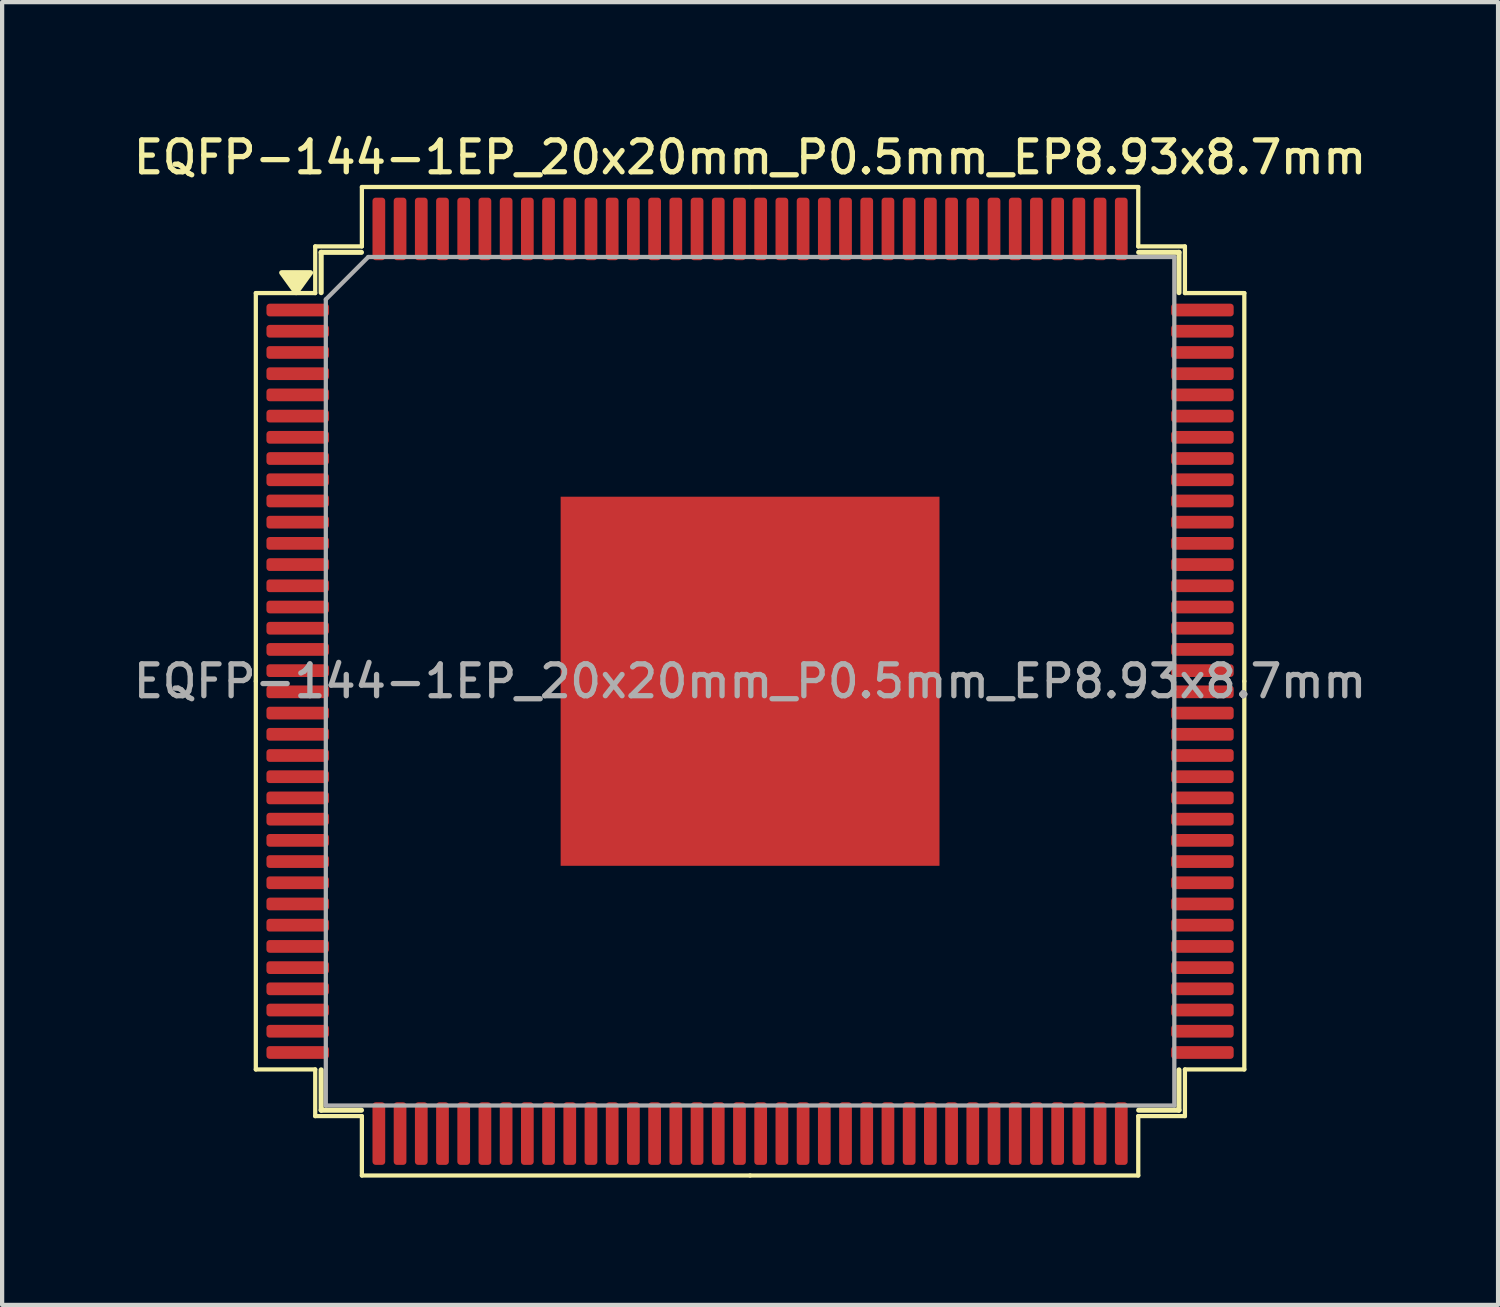
<source format=kicad_pcb>
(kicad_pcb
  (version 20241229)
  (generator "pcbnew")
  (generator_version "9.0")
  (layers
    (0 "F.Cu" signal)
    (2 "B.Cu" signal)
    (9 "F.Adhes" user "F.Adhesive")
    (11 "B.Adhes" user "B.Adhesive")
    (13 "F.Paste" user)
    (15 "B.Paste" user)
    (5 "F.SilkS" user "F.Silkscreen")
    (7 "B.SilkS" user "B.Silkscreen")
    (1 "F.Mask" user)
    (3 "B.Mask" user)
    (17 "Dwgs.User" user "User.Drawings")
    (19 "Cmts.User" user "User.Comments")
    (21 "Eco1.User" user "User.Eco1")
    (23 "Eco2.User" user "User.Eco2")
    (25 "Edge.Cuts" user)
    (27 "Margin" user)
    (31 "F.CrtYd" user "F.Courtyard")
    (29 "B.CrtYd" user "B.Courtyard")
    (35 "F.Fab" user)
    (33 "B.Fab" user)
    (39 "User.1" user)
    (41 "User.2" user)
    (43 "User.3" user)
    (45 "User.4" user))
  (footprint "EQFP-144-1EP_20x20mm_P0.5mm_EP8.93x8.7mm"
    (layer "F.Cu")
    (at 14.63 13.008)
    (property "Reference" "EQFP-144-1EP_20x20mm_P0.5mm_EP8.93x8.7mm" (at 0 -12.35 0) (layer "F.SilkS") (effects (font (size 0.75 0.75) (thickness 0.125))))
    (attr smd)
    (fp_line (start -11.65 -9.15) (end -11.65 0) (stroke (width 0.1) (type solid)) (layer "F.SilkS"))
    (fp_line (start -11.65 9.15) (end -11.65 0) (stroke (width 0.1) (type solid)) (layer "F.SilkS"))
    (fp_line (start -10.25 -10.25) (end -10.25 -9.15) (stroke (width 0.1) (type solid)) (layer "F.SilkS"))
    (fp_line (start -10.25 -9.15) (end -11.65 -9.15) (stroke (width 0.1) (type solid)) (layer "F.SilkS"))
    (fp_line (start -10.25 9.15) (end -11.65 9.15) (stroke (width 0.1) (type solid)) (layer "F.SilkS"))
    (fp_line (start -10.25 10.25) (end -10.25 9.15) (stroke (width 0.1) (type solid)) (layer "F.SilkS"))
    (fp_line (start -10.11 -10.11) (end -10.11 -9.16) (stroke (width 0.12) (type solid)) (layer "F.SilkS"))
    (fp_line (start -10.11 10.11) (end -10.11 9.16) (stroke (width 0.12) (type solid)) (layer "F.SilkS"))
    (fp_line (start -9.16 -10.11) (end -10.11 -10.11) (stroke (width 0.12) (type solid)) (layer "F.SilkS"))
    (fp_line (start -9.16 10.11) (end -10.11 10.11) (stroke (width 0.12) (type solid)) (layer "F.SilkS"))
    (fp_line (start -9.15 -11.65) (end -9.15 -10.25) (stroke (width 0.1) (type solid)) (layer "F.SilkS"))
    (fp_line (start -9.15 -10.25) (end -10.25 -10.25) (stroke (width 0.1) (type solid)) (layer "F.SilkS"))
    (fp_line (start -9.15 10.25) (end -10.25 10.25) (stroke (width 0.1) (type solid)) (layer "F.SilkS"))
    (fp_line (start -9.15 11.65) (end -9.15 10.25) (stroke (width 0.1) (type solid)) (layer "F.SilkS"))
    (fp_line (start 0 -11.65) (end -9.15 -11.65) (stroke (width 0.1) (type solid)) (layer "F.SilkS"))
    (fp_line (start 0 -11.65) (end 9.15 -11.65) (stroke (width 0.1) (type solid)) (layer "F.SilkS"))
    (fp_line (start 0 11.65) (end -9.15 11.65) (stroke (width 0.1) (type solid)) (layer "F.SilkS"))
    (fp_line (start 0 11.65) (end 9.15 11.65) (stroke (width 0.1) (type solid)) (layer "F.SilkS"))
    (fp_line (start 9.15 -11.65) (end 9.15 -10.25) (stroke (width 0.1) (type solid)) (layer "F.SilkS"))
    (fp_line (start 9.15 -10.25) (end 10.25 -10.25) (stroke (width 0.1) (type solid)) (layer "F.SilkS"))
    (fp_line (start 9.15 10.25) (end 10.25 10.25) (stroke (width 0.1) (type solid)) (layer "F.SilkS"))
    (fp_line (start 9.15 11.65) (end 9.15 10.25) (stroke (width 0.1) (type solid)) (layer "F.SilkS"))
    (fp_line (start 9.16 -10.11) (end 10.11 -10.11) (stroke (width 0.12) (type solid)) (layer "F.SilkS"))
    (fp_line (start 9.16 10.11) (end 10.11 10.11) (stroke (width 0.12) (type solid)) (layer "F.SilkS"))
    (fp_line (start 10.11 -10.11) (end 10.11 -9.16) (stroke (width 0.12) (type solid)) (layer "F.SilkS"))
    (fp_line (start 10.11 10.11) (end 10.11 9.16) (stroke (width 0.12) (type solid)) (layer "F.SilkS"))
    (fp_line (start 10.25 -10.25) (end 10.25 -9.15) (stroke (width 0.1) (type solid)) (layer "F.SilkS"))
    (fp_line (start 10.25 -9.15) (end 11.65 -9.15) (stroke (width 0.1) (type solid)) (layer "F.SilkS"))
    (fp_line (start 10.25 9.15) (end 11.65 9.15) (stroke (width 0.1) (type solid)) (layer "F.SilkS"))
    (fp_line (start 10.25 10.25) (end 10.25 9.15) (stroke (width 0.1) (type solid)) (layer "F.SilkS"))
    (fp_line (start 11.65 -9.15) (end 11.65 0) (stroke (width 0.1) (type solid)) (layer "F.SilkS"))
    (fp_line (start 11.65 9.15) (end 11.65 0) (stroke (width 0.1) (type solid)) (layer "F.SilkS"))
    (fp_poly (pts (xy -10.7 -9.16) (xy -11.04 -9.63) (xy -10.36 -9.63) (xy -10.7 -9.16)) (stroke (width 0.12) (type solid)) (fill yes) (layer "F.SilkS"))
    (fp_line (start -10 -9) (end -9 -10) (stroke (width 0.1) (type solid)) (layer "F.Fab"))
    (fp_line (start -10 10) (end -10 -9) (stroke (width 0.1) (type solid)) (layer "F.Fab"))
    (fp_line (start -9 -10) (end 10 -10) (stroke (width 0.1) (type solid)) (layer "F.Fab"))
    (fp_line (start 10 -10) (end 10 10) (stroke (width 0.1) (type solid)) (layer "F.Fab"))
    (fp_line (start 10 10) (end -10 10) (stroke (width 0.1) (type solid)) (layer "F.Fab"))
    (fp_text user "${REFERENCE}" (at 0 0 0) (layer "F.Fab") (effects (font (size 0.75 0.75) (thickness 0.125))))
    (pad "" smd roundrect (at -3.84 -3.72) (size 1.03 1) (layers "F.Paste") (roundrect_rratio 0.25))
    (pad "" smd roundrect (at -3.84 -2.48) (size 1.03 1) (layers "F.Paste") (roundrect_rratio 0.25))
    (pad "" smd roundrect (at -3.84 -1.24) (size 1.03 1) (layers "F.Paste") (roundrect_rratio 0.25))
    (pad "" smd roundrect (at -3.84 0) (size 1.03 1) (layers "F.Paste") (roundrect_rratio 0.25))
    (pad "" smd roundrect (at -3.84 1.24) (size 1.03 1) (layers "F.Paste") (roundrect_rratio 0.25))
    (pad "" smd roundrect (at -3.84 2.48) (size 1.03 1) (layers "F.Paste") (roundrect_rratio 0.25))
    (pad "" smd roundrect (at -3.84 3.72) (size 1.03 1) (layers "F.Paste") (roundrect_rratio 0.25))
    (pad "" smd roundrect (at -2.56 -3.72) (size 1.03 1) (layers "F.Paste") (roundrect_rratio 0.25))
    (pad "" smd roundrect (at -2.56 -2.48) (size 1.03 1) (layers "F.Paste") (roundrect_rratio 0.25))
    (pad "" smd roundrect (at -2.56 -1.24) (size 1.03 1) (layers "F.Paste") (roundrect_rratio 0.25))
    (pad "" smd roundrect (at -2.56 0) (size 1.03 1) (layers "F.Paste") (roundrect_rratio 0.25))
    (pad "" smd roundrect (at -2.56 1.24) (size 1.03 1) (layers "F.Paste") (roundrect_rratio 0.25))
    (pad "" smd roundrect (at -2.56 2.48) (size 1.03 1) (layers "F.Paste") (roundrect_rratio 0.25))
    (pad "" smd roundrect (at -2.56 3.72) (size 1.03 1) (layers "F.Paste") (roundrect_rratio 0.25))
    (pad "" smd roundrect (at -1.28 -3.72) (size 1.03 1) (layers "F.Paste") (roundrect_rratio 0.25))
    (pad "" smd roundrect (at -1.28 -2.48) (size 1.03 1) (layers "F.Paste") (roundrect_rratio 0.25))
    (pad "" smd roundrect (at -1.28 -1.24) (size 1.03 1) (layers "F.Paste") (roundrect_rratio 0.25))
    (pad "" smd roundrect (at -1.28 0) (size 1.03 1) (layers "F.Paste") (roundrect_rratio 0.25))
    (pad "" smd roundrect (at -1.28 1.24) (size 1.03 1) (layers "F.Paste") (roundrect_rratio 0.25))
    (pad "" smd roundrect (at -1.28 2.48) (size 1.03 1) (layers "F.Paste") (roundrect_rratio 0.25))
    (pad "" smd roundrect (at -1.28 3.72) (size 1.03 1) (layers "F.Paste") (roundrect_rratio 0.25))
    (pad "" smd roundrect (at 0 -3.72) (size 1.03 1) (layers "F.Paste") (roundrect_rratio 0.25))
    (pad "" smd roundrect (at 0 -2.48) (size 1.03 1) (layers "F.Paste") (roundrect_rratio 0.25))
    (pad "" smd roundrect (at 0 -1.24) (size 1.03 1) (layers "F.Paste") (roundrect_rratio 0.25))
    (pad "" smd roundrect (at 0 0) (size 1.03 1) (layers "F.Paste") (roundrect_rratio 0.25))
    (pad "" smd roundrect (at 0 1.24) (size 1.03 1) (layers "F.Paste") (roundrect_rratio 0.25))
    (pad "" smd roundrect (at 0 2.48) (size 1.03 1) (layers "F.Paste") (roundrect_rratio 0.25))
    (pad "" smd roundrect (at 0 3.72) (size 1.03 1) (layers "F.Paste") (roundrect_rratio 0.25))
    (pad "" smd roundrect (at 1.28 -3.72) (size 1.03 1) (layers "F.Paste") (roundrect_rratio 0.25))
    (pad "" smd roundrect (at 1.28 -2.48) (size 1.03 1) (layers "F.Paste") (roundrect_rratio 0.25))
    (pad "" smd roundrect (at 1.28 -1.24) (size 1.03 1) (layers "F.Paste") (roundrect_rratio 0.25))
    (pad "" smd roundrect (at 1.28 0) (size 1.03 1) (layers "F.Paste") (roundrect_rratio 0.25))
    (pad "" smd roundrect (at 1.28 1.24) (size 1.03 1) (layers "F.Paste") (roundrect_rratio 0.25))
    (pad "" smd roundrect (at 1.28 2.48) (size 1.03 1) (layers "F.Paste") (roundrect_rratio 0.25))
    (pad "" smd roundrect (at 1.28 3.72) (size 1.03 1) (layers "F.Paste") (roundrect_rratio 0.25))
    (pad "" smd roundrect (at 2.56 -3.72) (size 1.03 1) (layers "F.Paste") (roundrect_rratio 0.25))
    (pad "" smd roundrect (at 2.56 -2.48) (size 1.03 1) (layers "F.Paste") (roundrect_rratio 0.25))
    (pad "" smd roundrect (at 2.56 -1.24) (size 1.03 1) (layers "F.Paste") (roundrect_rratio 0.25))
    (pad "" smd roundrect (at 2.56 0) (size 1.03 1) (layers "F.Paste") (roundrect_rratio 0.25))
    (pad "" smd roundrect (at 2.56 1.24) (size 1.03 1) (layers "F.Paste") (roundrect_rratio 0.25))
    (pad "" smd roundrect (at 2.56 2.48) (size 1.03 1) (layers "F.Paste") (roundrect_rratio 0.25))
    (pad "" smd roundrect (at 2.56 3.72) (size 1.03 1) (layers "F.Paste") (roundrect_rratio 0.25))
    (pad "" smd roundrect (at 3.84 -3.72) (size 1.03 1) (layers "F.Paste") (roundrect_rratio 0.25))
    (pad "" smd roundrect (at 3.84 -2.48) (size 1.03 1) (layers "F.Paste") (roundrect_rratio 0.25))
    (pad "" smd roundrect (at 3.84 -1.24) (size 1.03 1) (layers "F.Paste") (roundrect_rratio 0.25))
    (pad "" smd roundrect (at 3.84 0) (size 1.03 1) (layers "F.Paste") (roundrect_rratio 0.25))
    (pad "" smd roundrect (at 3.84 1.24) (size 1.03 1) (layers "F.Paste") (roundrect_rratio 0.25))
    (pad "" smd roundrect (at 3.84 2.48) (size 1.03 1) (layers "F.Paste") (roundrect_rratio 0.25))
    (pad "" smd roundrect (at 3.84 3.72) (size 1.03 1) (layers "F.Paste") (roundrect_rratio 0.25))
    (pad "1" smd roundrect (at -10.662 -8.75) (size 1.475 0.3) (layers "F.Cu" "F.Mask" "F.Paste") (roundrect_rratio 0.25))
    (pad "2" smd roundrect (at -10.662 -8.25) (size 1.475 0.3) (layers "F.Cu" "F.Mask" "F.Paste") (roundrect_rratio 0.25))
    (pad "3" smd roundrect (at -10.662 -7.75) (size 1.475 0.3) (layers "F.Cu" "F.Mask" "F.Paste") (roundrect_rratio 0.25))
    (pad "4" smd roundrect (at -10.662 -7.25) (size 1.475 0.3) (layers "F.Cu" "F.Mask" "F.Paste") (roundrect_rratio 0.25))
    (pad "5" smd roundrect (at -10.662 -6.75) (size 1.475 0.3) (layers "F.Cu" "F.Mask" "F.Paste") (roundrect_rratio 0.25))
    (pad "6" smd roundrect (at -10.662 -6.25) (size 1.475 0.3) (layers "F.Cu" "F.Mask" "F.Paste") (roundrect_rratio 0.25))
    (pad "7" smd roundrect (at -10.662 -5.75) (size 1.475 0.3) (layers "F.Cu" "F.Mask" "F.Paste") (roundrect_rratio 0.25))
    (pad "8" smd roundrect (at -10.662 -5.25) (size 1.475 0.3) (layers "F.Cu" "F.Mask" "F.Paste") (roundrect_rratio 0.25))
    (pad "9" smd roundrect (at -10.662 -4.75) (size 1.475 0.3) (layers "F.Cu" "F.Mask" "F.Paste") (roundrect_rratio 0.25))
    (pad "10" smd roundrect (at -10.662 -4.25) (size 1.475 0.3) (layers "F.Cu" "F.Mask" "F.Paste") (roundrect_rratio 0.25))
    (pad "11" smd roundrect (at -10.662 -3.75) (size 1.475 0.3) (layers "F.Cu" "F.Mask" "F.Paste") (roundrect_rratio 0.25))
    (pad "12" smd roundrect (at -10.662 -3.25) (size 1.475 0.3) (layers "F.Cu" "F.Mask" "F.Paste") (roundrect_rratio 0.25))
    (pad "13" smd roundrect (at -10.662 -2.75) (size 1.475 0.3) (layers "F.Cu" "F.Mask" "F.Paste") (roundrect_rratio 0.25))
    (pad "14" smd roundrect (at -10.662 -2.25) (size 1.475 0.3) (layers "F.Cu" "F.Mask" "F.Paste") (roundrect_rratio 0.25))
    (pad "15" smd roundrect (at -10.662 -1.75) (size 1.475 0.3) (layers "F.Cu" "F.Mask" "F.Paste") (roundrect_rratio 0.25))
    (pad "16" smd roundrect (at -10.662 -1.25) (size 1.475 0.3) (layers "F.Cu" "F.Mask" "F.Paste") (roundrect_rratio 0.25))
    (pad "17" smd roundrect (at -10.662 -0.75) (size 1.475 0.3) (layers "F.Cu" "F.Mask" "F.Paste") (roundrect_rratio 0.25))
    (pad "18" smd roundrect (at -10.662 -0.25) (size 1.475 0.3) (layers "F.Cu" "F.Mask" "F.Paste") (roundrect_rratio 0.25))
    (pad "19" smd roundrect (at -10.662 0.25) (size 1.475 0.3) (layers "F.Cu" "F.Mask" "F.Paste") (roundrect_rratio 0.25))
    (pad "20" smd roundrect (at -10.662 0.75) (size 1.475 0.3) (layers "F.Cu" "F.Mask" "F.Paste") (roundrect_rratio 0.25))
    (pad "21" smd roundrect (at -10.662 1.25) (size 1.475 0.3) (layers "F.Cu" "F.Mask" "F.Paste") (roundrect_rratio 0.25))
    (pad "22" smd roundrect (at -10.662 1.75) (size 1.475 0.3) (layers "F.Cu" "F.Mask" "F.Paste") (roundrect_rratio 0.25))
    (pad "23" smd roundrect (at -10.662 2.25) (size 1.475 0.3) (layers "F.Cu" "F.Mask" "F.Paste") (roundrect_rratio 0.25))
    (pad "24" smd roundrect (at -10.662 2.75) (size 1.475 0.3) (layers "F.Cu" "F.Mask" "F.Paste") (roundrect_rratio 0.25))
    (pad "25" smd roundrect (at -10.662 3.25) (size 1.475 0.3) (layers "F.Cu" "F.Mask" "F.Paste") (roundrect_rratio 0.25))
    (pad "26" smd roundrect (at -10.662 3.75) (size 1.475 0.3) (layers "F.Cu" "F.Mask" "F.Paste") (roundrect_rratio 0.25))
    (pad "27" smd roundrect (at -10.662 4.25) (size 1.475 0.3) (layers "F.Cu" "F.Mask" "F.Paste") (roundrect_rratio 0.25))
    (pad "28" smd roundrect (at -10.662 4.75) (size 1.475 0.3) (layers "F.Cu" "F.Mask" "F.Paste") (roundrect_rratio 0.25))
    (pad "29" smd roundrect (at -10.662 5.25) (size 1.475 0.3) (layers "F.Cu" "F.Mask" "F.Paste") (roundrect_rratio 0.25))
    (pad "30" smd roundrect (at -10.662 5.75) (size 1.475 0.3) (layers "F.Cu" "F.Mask" "F.Paste") (roundrect_rratio 0.25))
    (pad "31" smd roundrect (at -10.662 6.25) (size 1.475 0.3) (layers "F.Cu" "F.Mask" "F.Paste") (roundrect_rratio 0.25))
    (pad "32" smd roundrect (at -10.662 6.75) (size 1.475 0.3) (layers "F.Cu" "F.Mask" "F.Paste") (roundrect_rratio 0.25))
    (pad "33" smd roundrect (at -10.662 7.25) (size 1.475 0.3) (layers "F.Cu" "F.Mask" "F.Paste") (roundrect_rratio 0.25))
    (pad "34" smd roundrect (at -10.662 7.75) (size 1.475 0.3) (layers "F.Cu" "F.Mask" "F.Paste") (roundrect_rratio 0.25))
    (pad "35" smd roundrect (at -10.662 8.25) (size 1.475 0.3) (layers "F.Cu" "F.Mask" "F.Paste") (roundrect_rratio 0.25))
    (pad "36" smd roundrect (at -10.662 8.75) (size 1.475 0.3) (layers "F.Cu" "F.Mask" "F.Paste") (roundrect_rratio 0.25))
    (pad "37" smd roundrect (at -8.75 10.662) (size 0.3 1.475) (layers "F.Cu" "F.Mask" "F.Paste") (roundrect_rratio 0.25))
    (pad "38" smd roundrect (at -8.25 10.662) (size 0.3 1.475) (layers "F.Cu" "F.Mask" "F.Paste") (roundrect_rratio 0.25))
    (pad "39" smd roundrect (at -7.75 10.662) (size 0.3 1.475) (layers "F.Cu" "F.Mask" "F.Paste") (roundrect_rratio 0.25))
    (pad "40" smd roundrect (at -7.25 10.662) (size 0.3 1.475) (layers "F.Cu" "F.Mask" "F.Paste") (roundrect_rratio 0.25))
    (pad "41" smd roundrect (at -6.75 10.662) (size 0.3 1.475) (layers "F.Cu" "F.Mask" "F.Paste") (roundrect_rratio 0.25))
    (pad "42" smd roundrect (at -6.25 10.662) (size 0.3 1.475) (layers "F.Cu" "F.Mask" "F.Paste") (roundrect_rratio 0.25))
    (pad "43" smd roundrect (at -5.75 10.662) (size 0.3 1.475) (layers "F.Cu" "F.Mask" "F.Paste") (roundrect_rratio 0.25))
    (pad "44" smd roundrect (at -5.25 10.662) (size 0.3 1.475) (layers "F.Cu" "F.Mask" "F.Paste") (roundrect_rratio 0.25))
    (pad "45" smd roundrect (at -4.75 10.662) (size 0.3 1.475) (layers "F.Cu" "F.Mask" "F.Paste") (roundrect_rratio 0.25))
    (pad "46" smd roundrect (at -4.25 10.662) (size 0.3 1.475) (layers "F.Cu" "F.Mask" "F.Paste") (roundrect_rratio 0.25))
    (pad "47" smd roundrect (at -3.75 10.662) (size 0.3 1.475) (layers "F.Cu" "F.Mask" "F.Paste") (roundrect_rratio 0.25))
    (pad "48" smd roundrect (at -3.25 10.662) (size 0.3 1.475) (layers "F.Cu" "F.Mask" "F.Paste") (roundrect_rratio 0.25))
    (pad "49" smd roundrect (at -2.75 10.662) (size 0.3 1.475) (layers "F.Cu" "F.Mask" "F.Paste") (roundrect_rratio 0.25))
    (pad "50" smd roundrect (at -2.25 10.662) (size 0.3 1.475) (layers "F.Cu" "F.Mask" "F.Paste") (roundrect_rratio 0.25))
    (pad "51" smd roundrect (at -1.75 10.662) (size 0.3 1.475) (layers "F.Cu" "F.Mask" "F.Paste") (roundrect_rratio 0.25))
    (pad "52" smd roundrect (at -1.25 10.662) (size 0.3 1.475) (layers "F.Cu" "F.Mask" "F.Paste") (roundrect_rratio 0.25))
    (pad "53" smd roundrect (at -0.75 10.662) (size 0.3 1.475) (layers "F.Cu" "F.Mask" "F.Paste") (roundrect_rratio 0.25))
    (pad "54" smd roundrect (at -0.25 10.662) (size 0.3 1.475) (layers "F.Cu" "F.Mask" "F.Paste") (roundrect_rratio 0.25))
    (pad "55" smd roundrect (at 0.25 10.662) (size 0.3 1.475) (layers "F.Cu" "F.Mask" "F.Paste") (roundrect_rratio 0.25))
    (pad "56" smd roundrect (at 0.75 10.662) (size 0.3 1.475) (layers "F.Cu" "F.Mask" "F.Paste") (roundrect_rratio 0.25))
    (pad "57" smd roundrect (at 1.25 10.662) (size 0.3 1.475) (layers "F.Cu" "F.Mask" "F.Paste") (roundrect_rratio 0.25))
    (pad "58" smd roundrect (at 1.75 10.662) (size 0.3 1.475) (layers "F.Cu" "F.Mask" "F.Paste") (roundrect_rratio 0.25))
    (pad "59" smd roundrect (at 2.25 10.662) (size 0.3 1.475) (layers "F.Cu" "F.Mask" "F.Paste") (roundrect_rratio 0.25))
    (pad "60" smd roundrect (at 2.75 10.662) (size 0.3 1.475) (layers "F.Cu" "F.Mask" "F.Paste") (roundrect_rratio 0.25))
    (pad "61" smd roundrect (at 3.25 10.662) (size 0.3 1.475) (layers "F.Cu" "F.Mask" "F.Paste") (roundrect_rratio 0.25))
    (pad "62" smd roundrect (at 3.75 10.662) (size 0.3 1.475) (layers "F.Cu" "F.Mask" "F.Paste") (roundrect_rratio 0.25))
    (pad "63" smd roundrect (at 4.25 10.662) (size 0.3 1.475) (layers "F.Cu" "F.Mask" "F.Paste") (roundrect_rratio 0.25))
    (pad "64" smd roundrect (at 4.75 10.662) (size 0.3 1.475) (layers "F.Cu" "F.Mask" "F.Paste") (roundrect_rratio 0.25))
    (pad "65" smd roundrect (at 5.25 10.662) (size 0.3 1.475) (layers "F.Cu" "F.Mask" "F.Paste") (roundrect_rratio 0.25))
    (pad "66" smd roundrect (at 5.75 10.662) (size 0.3 1.475) (layers "F.Cu" "F.Mask" "F.Paste") (roundrect_rratio 0.25))
    (pad "67" smd roundrect (at 6.25 10.662) (size 0.3 1.475) (layers "F.Cu" "F.Mask" "F.Paste") (roundrect_rratio 0.25))
    (pad "68" smd roundrect (at 6.75 10.662) (size 0.3 1.475) (layers "F.Cu" "F.Mask" "F.Paste") (roundrect_rratio 0.25))
    (pad "69" smd roundrect (at 7.25 10.662) (size 0.3 1.475) (layers "F.Cu" "F.Mask" "F.Paste") (roundrect_rratio 0.25))
    (pad "70" smd roundrect (at 7.75 10.662) (size 0.3 1.475) (layers "F.Cu" "F.Mask" "F.Paste") (roundrect_rratio 0.25))
    (pad "71" smd roundrect (at 8.25 10.662) (size 0.3 1.475) (layers "F.Cu" "F.Mask" "F.Paste") (roundrect_rratio 0.25))
    (pad "72" smd roundrect (at 8.75 10.662) (size 0.3 1.475) (layers "F.Cu" "F.Mask" "F.Paste") (roundrect_rratio 0.25))
    (pad "73" smd roundrect (at 10.662 8.75) (size 1.475 0.3) (layers "F.Cu" "F.Mask" "F.Paste") (roundrect_rratio 0.25))
    (pad "74" smd roundrect (at 10.662 8.25) (size 1.475 0.3) (layers "F.Cu" "F.Mask" "F.Paste") (roundrect_rratio 0.25))
    (pad "75" smd roundrect (at 10.662 7.75) (size 1.475 0.3) (layers "F.Cu" "F.Mask" "F.Paste") (roundrect_rratio 0.25))
    (pad "76" smd roundrect (at 10.662 7.25) (size 1.475 0.3) (layers "F.Cu" "F.Mask" "F.Paste") (roundrect_rratio 0.25))
    (pad "77" smd roundrect (at 10.662 6.75) (size 1.475 0.3) (layers "F.Cu" "F.Mask" "F.Paste") (roundrect_rratio 0.25))
    (pad "78" smd roundrect (at 10.662 6.25) (size 1.475 0.3) (layers "F.Cu" "F.Mask" "F.Paste") (roundrect_rratio 0.25))
    (pad "79" smd roundrect (at 10.662 5.75) (size 1.475 0.3) (layers "F.Cu" "F.Mask" "F.Paste") (roundrect_rratio 0.25))
    (pad "80" smd roundrect (at 10.662 5.25) (size 1.475 0.3) (layers "F.Cu" "F.Mask" "F.Paste") (roundrect_rratio 0.25))
    (pad "81" smd roundrect (at 10.662 4.75) (size 1.475 0.3) (layers "F.Cu" "F.Mask" "F.Paste") (roundrect_rratio 0.25))
    (pad "82" smd roundrect (at 10.662 4.25) (size 1.475 0.3) (layers "F.Cu" "F.Mask" "F.Paste") (roundrect_rratio 0.25))
    (pad "83" smd roundrect (at 10.662 3.75) (size 1.475 0.3) (layers "F.Cu" "F.Mask" "F.Paste") (roundrect_rratio 0.25))
    (pad "84" smd roundrect (at 10.662 3.25) (size 1.475 0.3) (layers "F.Cu" "F.Mask" "F.Paste") (roundrect_rratio 0.25))
    (pad "85" smd roundrect (at 10.662 2.75) (size 1.475 0.3) (layers "F.Cu" "F.Mask" "F.Paste") (roundrect_rratio 0.25))
    (pad "86" smd roundrect (at 10.662 2.25) (size 1.475 0.3) (layers "F.Cu" "F.Mask" "F.Paste") (roundrect_rratio 0.25))
    (pad "87" smd roundrect (at 10.662 1.75) (size 1.475 0.3) (layers "F.Cu" "F.Mask" "F.Paste") (roundrect_rratio 0.25))
    (pad "88" smd roundrect (at 10.662 1.25) (size 1.475 0.3) (layers "F.Cu" "F.Mask" "F.Paste") (roundrect_rratio 0.25))
    (pad "89" smd roundrect (at 10.662 0.75) (size 1.475 0.3) (layers "F.Cu" "F.Mask" "F.Paste") (roundrect_rratio 0.25))
    (pad "90" smd roundrect (at 10.662 0.25) (size 1.475 0.3) (layers "F.Cu" "F.Mask" "F.Paste") (roundrect_rratio 0.25))
    (pad "91" smd roundrect (at 10.662 -0.25) (size 1.475 0.3) (layers "F.Cu" "F.Mask" "F.Paste") (roundrect_rratio 0.25))
    (pad "92" smd roundrect (at 10.662 -0.75) (size 1.475 0.3) (layers "F.Cu" "F.Mask" "F.Paste") (roundrect_rratio 0.25))
    (pad "93" smd roundrect (at 10.662 -1.25) (size 1.475 0.3) (layers "F.Cu" "F.Mask" "F.Paste") (roundrect_rratio 0.25))
    (pad "94" smd roundrect (at 10.662 -1.75) (size 1.475 0.3) (layers "F.Cu" "F.Mask" "F.Paste") (roundrect_rratio 0.25))
    (pad "95" smd roundrect (at 10.662 -2.25) (size 1.475 0.3) (layers "F.Cu" "F.Mask" "F.Paste") (roundrect_rratio 0.25))
    (pad "96" smd roundrect (at 10.662 -2.75) (size 1.475 0.3) (layers "F.Cu" "F.Mask" "F.Paste") (roundrect_rratio 0.25))
    (pad "97" smd roundrect (at 10.662 -3.25) (size 1.475 0.3) (layers "F.Cu" "F.Mask" "F.Paste") (roundrect_rratio 0.25))
    (pad "98" smd roundrect (at 10.662 -3.75) (size 1.475 0.3) (layers "F.Cu" "F.Mask" "F.Paste") (roundrect_rratio 0.25))
    (pad "99" smd roundrect (at 10.662 -4.25) (size 1.475 0.3) (layers "F.Cu" "F.Mask" "F.Paste") (roundrect_rratio 0.25))
    (pad "100" smd roundrect (at 10.662 -4.75) (size 1.475 0.3) (layers "F.Cu" "F.Mask" "F.Paste") (roundrect_rratio 0.25))
    (pad "101" smd roundrect (at 10.662 -5.25) (size 1.475 0.3) (layers "F.Cu" "F.Mask" "F.Paste") (roundrect_rratio 0.25))
    (pad "102" smd roundrect (at 10.662 -5.75) (size 1.475 0.3) (layers "F.Cu" "F.Mask" "F.Paste") (roundrect_rratio 0.25))
    (pad "103" smd roundrect (at 10.662 -6.25) (size 1.475 0.3) (layers "F.Cu" "F.Mask" "F.Paste") (roundrect_rratio 0.25))
    (pad "104" smd roundrect (at 10.662 -6.75) (size 1.475 0.3) (layers "F.Cu" "F.Mask" "F.Paste") (roundrect_rratio 0.25))
    (pad "105" smd roundrect (at 10.662 -7.25) (size 1.475 0.3) (layers "F.Cu" "F.Mask" "F.Paste") (roundrect_rratio 0.25))
    (pad "106" smd roundrect (at 10.662 -7.75) (size 1.475 0.3) (layers "F.Cu" "F.Mask" "F.Paste") (roundrect_rratio 0.25))
    (pad "107" smd roundrect (at 10.662 -8.25) (size 1.475 0.3) (layers "F.Cu" "F.Mask" "F.Paste") (roundrect_rratio 0.25))
    (pad "108" smd roundrect (at 10.662 -8.75) (size 1.475 0.3) (layers "F.Cu" "F.Mask" "F.Paste") (roundrect_rratio 0.25))
    (pad "109" smd roundrect (at 8.75 -10.662) (size 0.3 1.475) (layers "F.Cu" "F.Mask" "F.Paste") (roundrect_rratio 0.25))
    (pad "110" smd roundrect (at 8.25 -10.662) (size 0.3 1.475) (layers "F.Cu" "F.Mask" "F.Paste") (roundrect_rratio 0.25))
    (pad "111" smd roundrect (at 7.75 -10.662) (size 0.3 1.475) (layers "F.Cu" "F.Mask" "F.Paste") (roundrect_rratio 0.25))
    (pad "112" smd roundrect (at 7.25 -10.662) (size 0.3 1.475) (layers "F.Cu" "F.Mask" "F.Paste") (roundrect_rratio 0.25))
    (pad "113" smd roundrect (at 6.75 -10.662) (size 0.3 1.475) (layers "F.Cu" "F.Mask" "F.Paste") (roundrect_rratio 0.25))
    (pad "114" smd roundrect (at 6.25 -10.662) (size 0.3 1.475) (layers "F.Cu" "F.Mask" "F.Paste") (roundrect_rratio 0.25))
    (pad "115" smd roundrect (at 5.75 -10.662) (size 0.3 1.475) (layers "F.Cu" "F.Mask" "F.Paste") (roundrect_rratio 0.25))
    (pad "116" smd roundrect (at 5.25 -10.662) (size 0.3 1.475) (layers "F.Cu" "F.Mask" "F.Paste") (roundrect_rratio 0.25))
    (pad "117" smd roundrect (at 4.75 -10.662) (size 0.3 1.475) (layers "F.Cu" "F.Mask" "F.Paste") (roundrect_rratio 0.25))
    (pad "118" smd roundrect (at 4.25 -10.662) (size 0.3 1.475) (layers "F.Cu" "F.Mask" "F.Paste") (roundrect_rratio 0.25))
    (pad "119" smd roundrect (at 3.75 -10.662) (size 0.3 1.475) (layers "F.Cu" "F.Mask" "F.Paste") (roundrect_rratio 0.25))
    (pad "120" smd roundrect (at 3.25 -10.662) (size 0.3 1.475) (layers "F.Cu" "F.Mask" "F.Paste") (roundrect_rratio 0.25))
    (pad "121" smd roundrect (at 2.75 -10.662) (size 0.3 1.475) (layers "F.Cu" "F.Mask" "F.Paste") (roundrect_rratio 0.25))
    (pad "122" smd roundrect (at 2.25 -10.662) (size 0.3 1.475) (layers "F.Cu" "F.Mask" "F.Paste") (roundrect_rratio 0.25))
    (pad "123" smd roundrect (at 1.75 -10.662) (size 0.3 1.475) (layers "F.Cu" "F.Mask" "F.Paste") (roundrect_rratio 0.25))
    (pad "124" smd roundrect (at 1.25 -10.662) (size 0.3 1.475) (layers "F.Cu" "F.Mask" "F.Paste") (roundrect_rratio 0.25))
    (pad "125" smd roundrect (at 0.75 -10.662) (size 0.3 1.475) (layers "F.Cu" "F.Mask" "F.Paste") (roundrect_rratio 0.25))
    (pad "126" smd roundrect (at 0.25 -10.662) (size 0.3 1.475) (layers "F.Cu" "F.Mask" "F.Paste") (roundrect_rratio 0.25))
    (pad "127" smd roundrect (at -0.25 -10.662) (size 0.3 1.475) (layers "F.Cu" "F.Mask" "F.Paste") (roundrect_rratio 0.25))
    (pad "128" smd roundrect (at -0.75 -10.662) (size 0.3 1.475) (layers "F.Cu" "F.Mask" "F.Paste") (roundrect_rratio 0.25))
    (pad "129" smd roundrect (at -1.25 -10.662) (size 0.3 1.475) (layers "F.Cu" "F.Mask" "F.Paste") (roundrect_rratio 0.25))
    (pad "130" smd roundrect (at -1.75 -10.662) (size 0.3 1.475) (layers "F.Cu" "F.Mask" "F.Paste") (roundrect_rratio 0.25))
    (pad "131" smd roundrect (at -2.25 -10.662) (size 0.3 1.475) (layers "F.Cu" "F.Mask" "F.Paste") (roundrect_rratio 0.25))
    (pad "132" smd roundrect (at -2.75 -10.662) (size 0.3 1.475) (layers "F.Cu" "F.Mask" "F.Paste") (roundrect_rratio 0.25))
    (pad "133" smd roundrect (at -3.25 -10.662) (size 0.3 1.475) (layers "F.Cu" "F.Mask" "F.Paste") (roundrect_rratio 0.25))
    (pad "134" smd roundrect (at -3.75 -10.662) (size 0.3 1.475) (layers "F.Cu" "F.Mask" "F.Paste") (roundrect_rratio 0.25))
    (pad "135" smd roundrect (at -4.25 -10.662) (size 0.3 1.475) (layers "F.Cu" "F.Mask" "F.Paste") (roundrect_rratio 0.25))
    (pad "136" smd roundrect (at -4.75 -10.662) (size 0.3 1.475) (layers "F.Cu" "F.Mask" "F.Paste") (roundrect_rratio 0.25))
    (pad "137" smd roundrect (at -5.25 -10.662) (size 0.3 1.475) (layers "F.Cu" "F.Mask" "F.Paste") (roundrect_rratio 0.25))
    (pad "138" smd roundrect (at -5.75 -10.662) (size 0.3 1.475) (layers "F.Cu" "F.Mask" "F.Paste") (roundrect_rratio 0.25))
    (pad "139" smd roundrect (at -6.25 -10.662) (size 0.3 1.475) (layers "F.Cu" "F.Mask" "F.Paste") (roundrect_rratio 0.25))
    (pad "140" smd roundrect (at -6.75 -10.662) (size 0.3 1.475) (layers "F.Cu" "F.Mask" "F.Paste") (roundrect_rratio 0.25))
    (pad "141" smd roundrect (at -7.25 -10.662) (size 0.3 1.475) (layers "F.Cu" "F.Mask" "F.Paste") (roundrect_rratio 0.25))
    (pad "142" smd roundrect (at -7.75 -10.662) (size 0.3 1.475) (layers "F.Cu" "F.Mask" "F.Paste") (roundrect_rratio 0.25))
    (pad "143" smd roundrect (at -8.25 -10.662) (size 0.3 1.475) (layers "F.Cu" "F.Mask" "F.Paste") (roundrect_rratio 0.25))
    (pad "144" smd roundrect (at -8.75 -10.662) (size 0.3 1.475) (layers "F.Cu" "F.Mask" "F.Paste") (roundrect_rratio 0.25))
    (pad "145" smd rect (at 0 0) (size 8.93 8.7) (property pad_prop_heatsink) (layers "F.Cu" "F.Mask")))
  (gr_rect
    (start -3 -3)
    (end 32.261 27.708)
    (stroke (width 0.1) (type default))
    (fill no)
    (layer "Edge.Cuts")))
</source>
